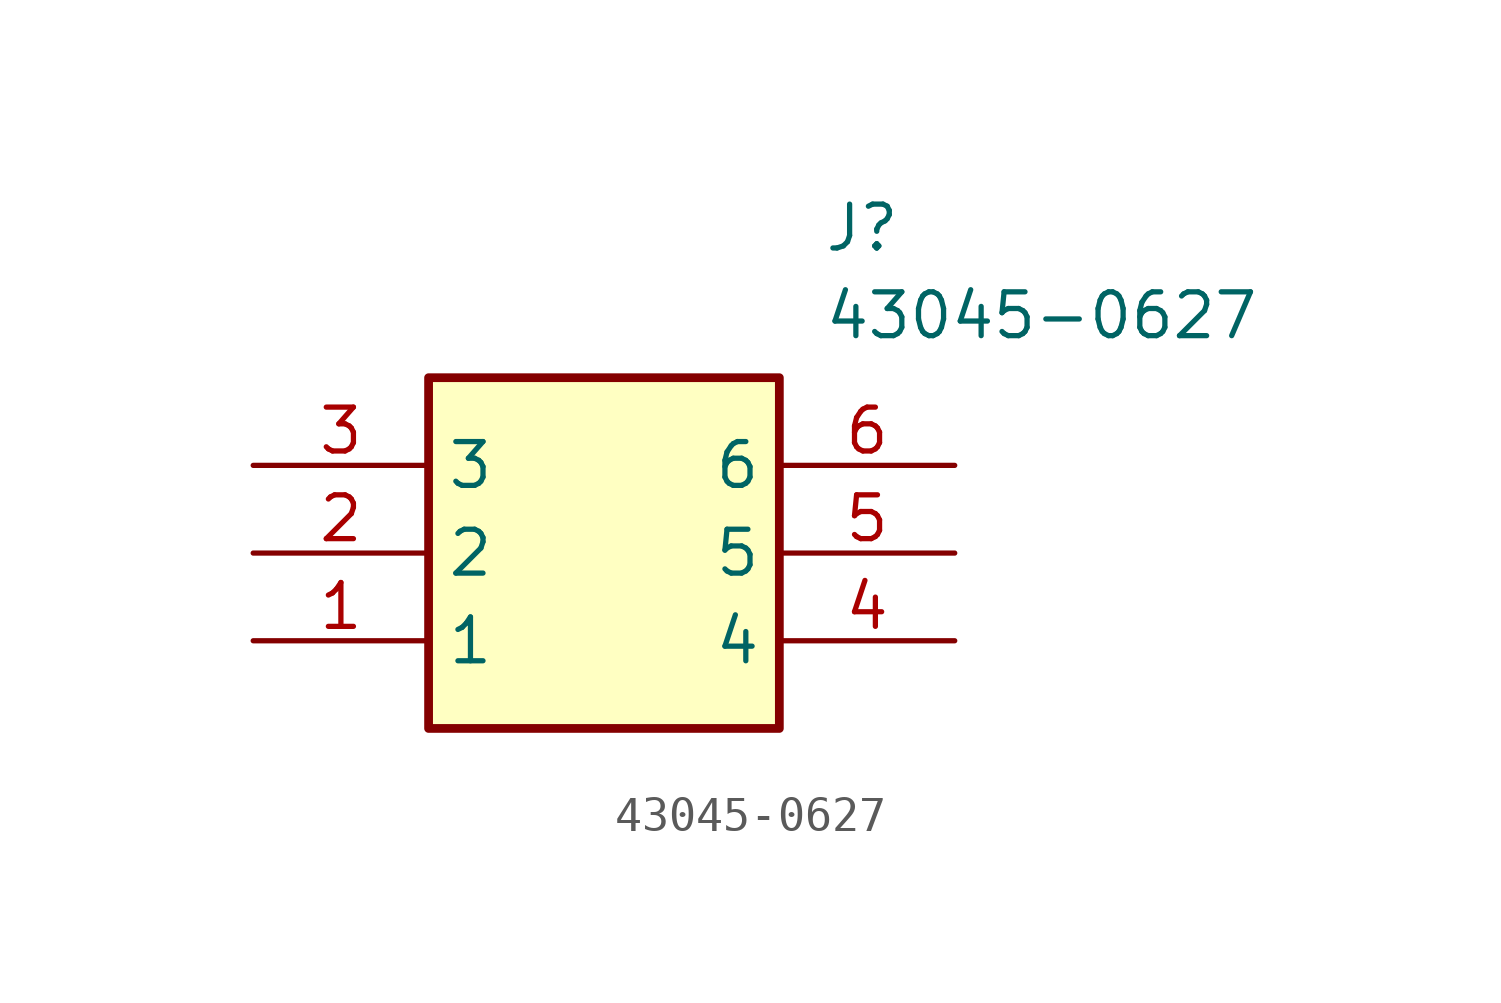
<source format=kicad_sym>
(kicad_symbol_lib
  (version 20211014)
  (generator SamacSys_ECAD_Model)
  (symbol "43045-0627"
    (property "Reference" "J"
      (at 16.51 7.62 0)
      (effects (font (size 1.27 1.27)) (justify left top)))
    (property "Value" "43045-0627"
      (at 16.51 5.08 0)
      (effects (font (size 1.27 1.27)) (justify left top)))
    (rectangle
      (start 5.08 2.54)
      (end 15.24 -7.62)
      (stroke (width 0.254) (type default))
      (fill (type background)))
    (pin passive line
      (at 0 -5.08 0)
      (length 5.08)
      (name "1" (effects (font (size 1.27 1.27))))
      (number "1" (effects (font (size 1.27 1.27)))))
    (pin passive line
      (at 0 -2.54 0)
      (length 5.08)
      (name "2" (effects (font (size 1.27 1.27))))
      (number "2" (effects (font (size 1.27 1.27)))))
    (pin passive line
      (at 0 0 0)
      (length 5.08)
      (name "3" (effects (font (size 1.27 1.27))))
      (number "3" (effects (font (size 1.27 1.27)))))
    (pin passive line
      (at 20.32 -5.08 180)
      (length 5.08)
      (name "4" (effects (font (size 1.27 1.27))))
      (number "4" (effects (font (size 1.27 1.27)))))
    (pin passive line
      (at 20.32 -2.54 180)
      (length 5.08)
      (name "5" (effects (font (size 1.27 1.27))))
      (number "5" (effects (font (size 1.27 1.27)))))
    (pin passive line
      (at 20.32 0 180)
      (length 5.08)
      (name "6" (effects (font (size 1.27 1.27))))
      (number "6" (effects (font (size 1.27 1.27)))))))
</source>
